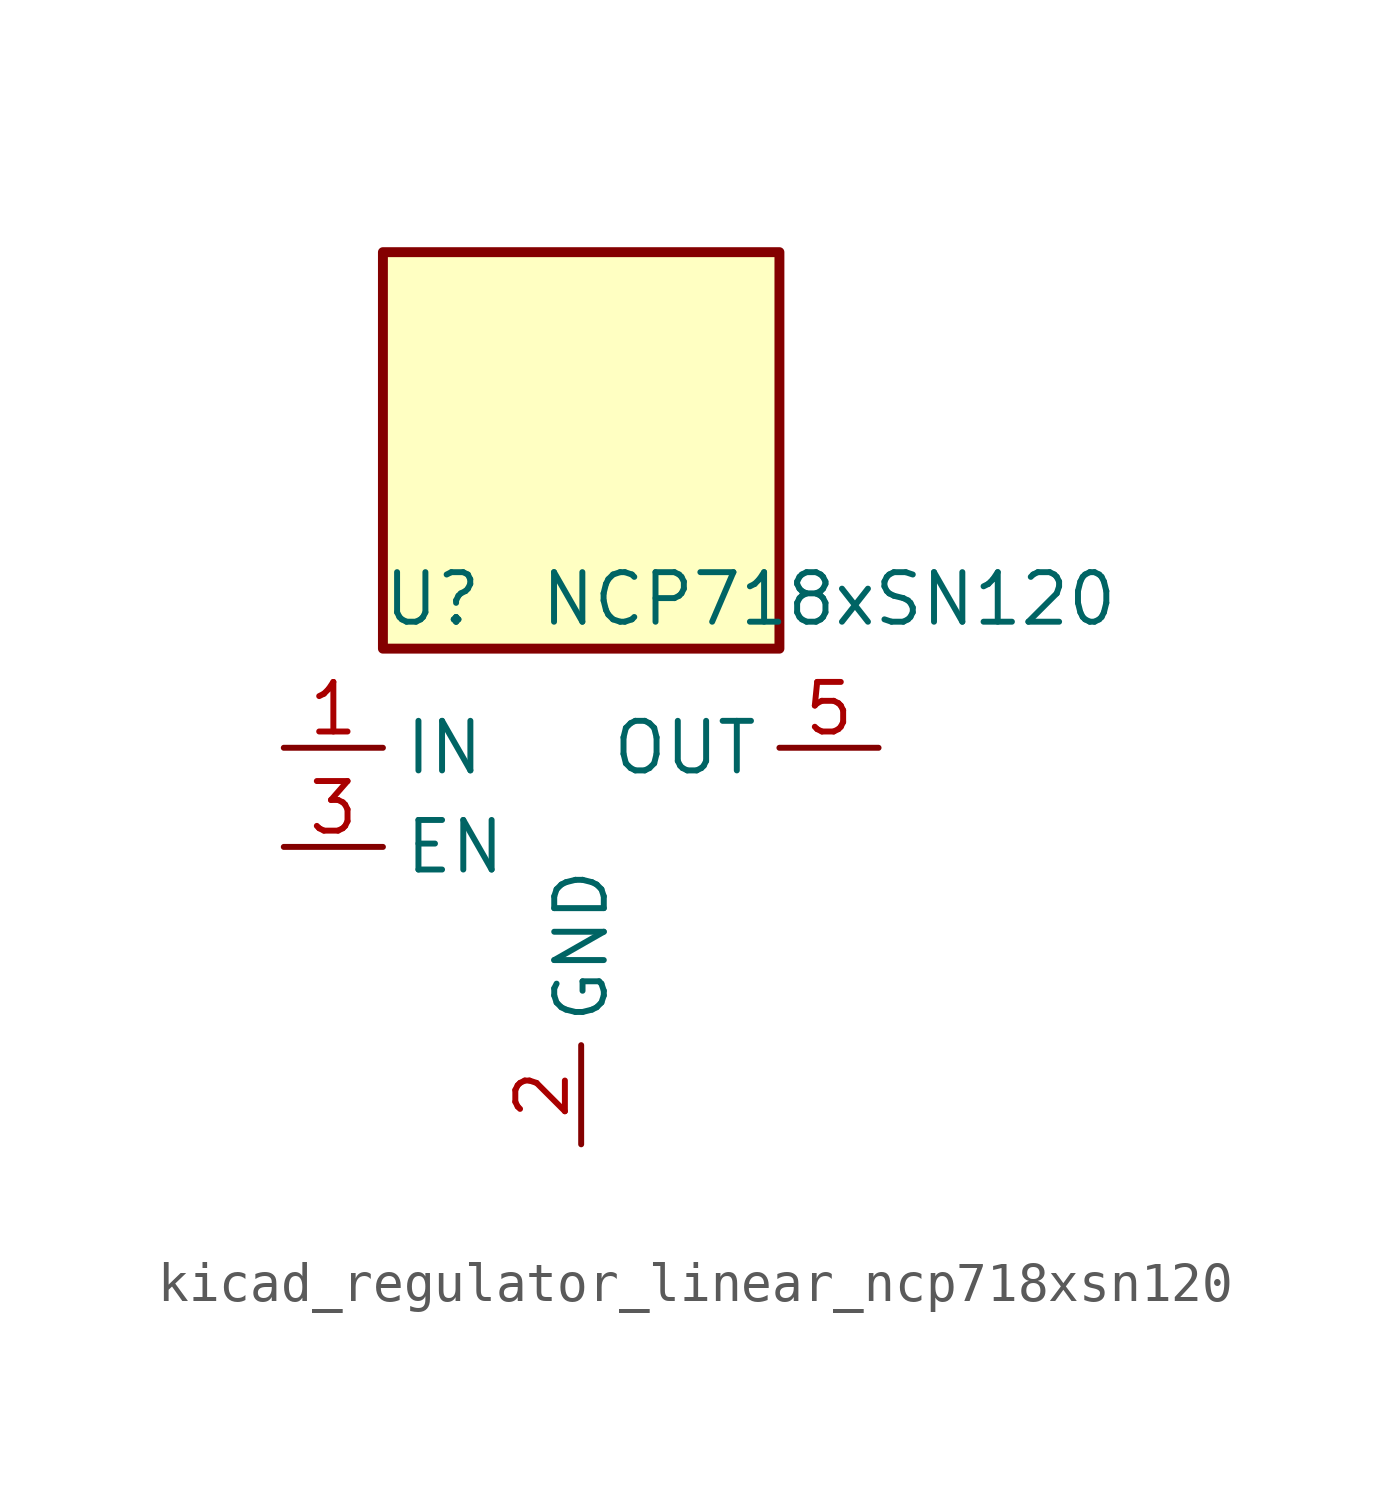
<source format=kicad_sym>
(kicad_symbol_lib
  (version 20220914)
  (generator kicad_symbol_editor)
  (symbol "kicad_regulator_linear_ncp718xsn120"
    (property "Reference" "U"
      (at -3.81 6.35 0)
      (effects (font (size 1.27 1.27))))
    (property "Value" "NCP718xSN120"
      (at 6.35 6.35 0)
      (effects (font (size 1.27 1.27))))
    (symbol "kicad_regulator_linear_ncp718xsn120_0_1"
      (rectangle (start 5.08 15.24) (end -5.08 5.08) (stroke (width 0.254) (type default)) (fill (type background)))
      (pin power_in line (at -7.62 2.54 0) (length 2.54) (name "IN" (effects (font (size 1.27 1.27)))) (number "1" (effects (font (size 1.27 1.27)))))
      (pin power_in line (at 0 -7.62 90) (length 2.54) (name "GND" (effects (font (size 1.27 1.27)))) (number "2" (effects (font (size 1.27 1.27)))))
      (pin input line (at -7.62 0 0) (length 2.54) (name "EN" (effects (font (size 1.27 1.27)))) (number "3" (effects (font (size 1.27 1.27)))))
      (pin no_connect line (at 5.08 0 180) (length 2.54) hide (name "NC" (effects (font (size 1.27 1.27)))) (number "4" (effects (font (size 1.27 1.27)))))
      (pin power_out line (at 7.62 2.54 180) (length 2.54) (name "OUT" (effects (font (size 1.27 1.27)))) (number "5" (effects (font (size 1.27 1.27))))))))
</source>
